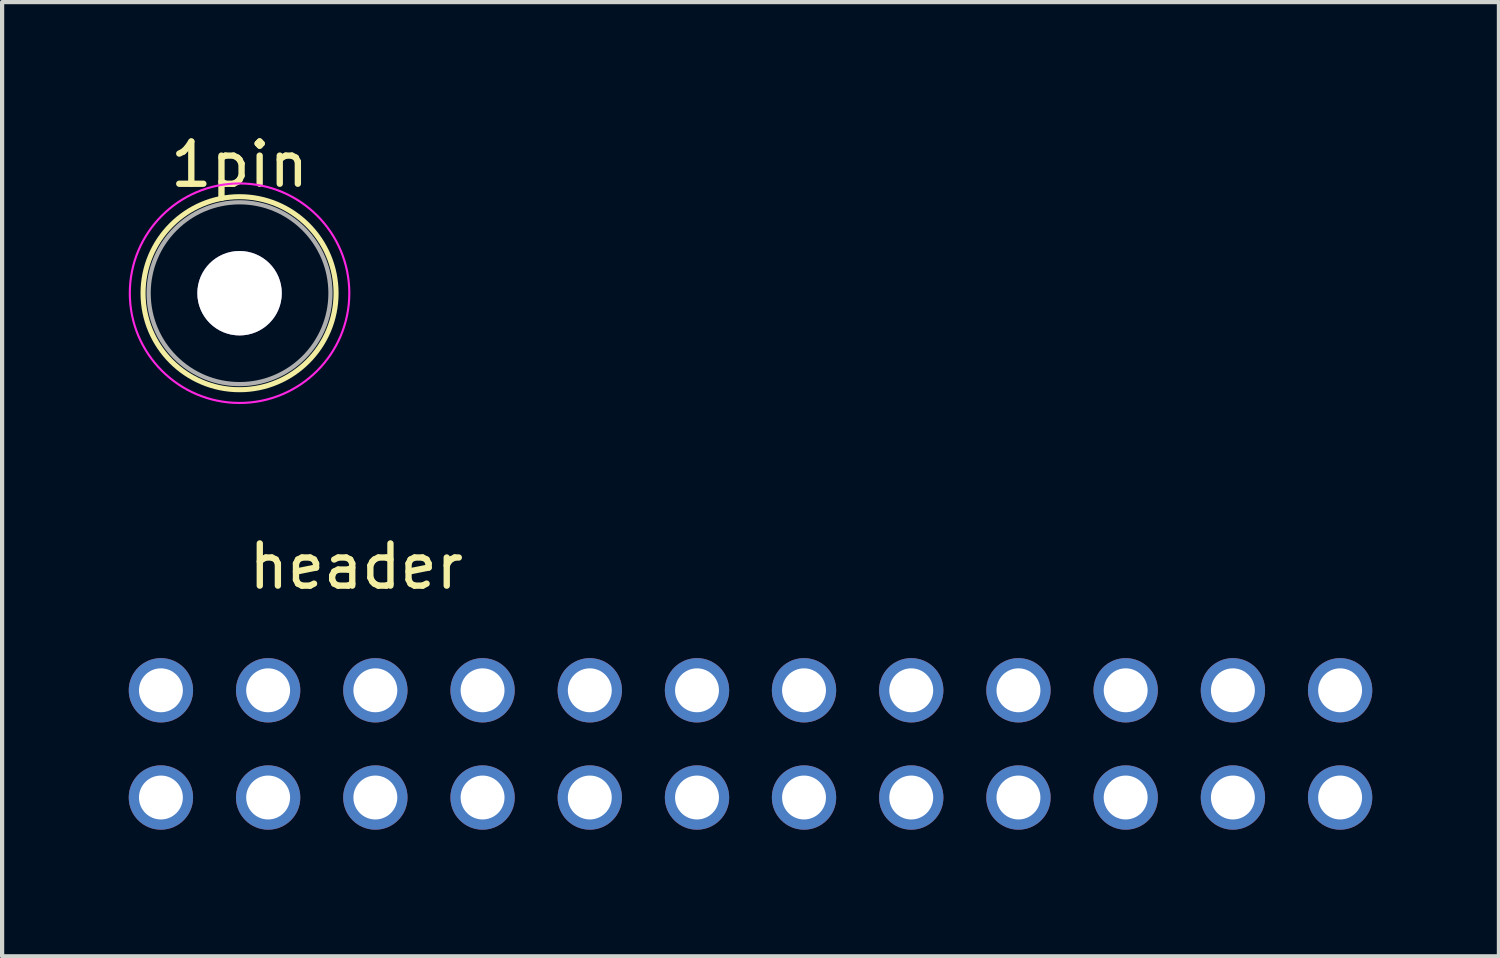
<source format=kicad_pcb>
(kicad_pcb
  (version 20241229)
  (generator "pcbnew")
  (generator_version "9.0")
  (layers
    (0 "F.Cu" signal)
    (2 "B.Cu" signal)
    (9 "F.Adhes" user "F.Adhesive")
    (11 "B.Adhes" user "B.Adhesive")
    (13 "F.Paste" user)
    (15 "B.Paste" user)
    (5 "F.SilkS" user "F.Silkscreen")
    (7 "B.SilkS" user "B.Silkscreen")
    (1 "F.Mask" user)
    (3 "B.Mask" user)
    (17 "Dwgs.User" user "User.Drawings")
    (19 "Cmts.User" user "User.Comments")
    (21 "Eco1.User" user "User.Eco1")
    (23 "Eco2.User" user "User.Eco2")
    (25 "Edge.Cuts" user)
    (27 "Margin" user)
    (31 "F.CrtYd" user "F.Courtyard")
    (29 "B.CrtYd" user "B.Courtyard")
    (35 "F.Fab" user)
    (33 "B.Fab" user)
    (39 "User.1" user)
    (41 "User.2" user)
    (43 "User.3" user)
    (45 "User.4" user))
  (footprint "1pin"
    (layer "F.Cu")
    (at 2.625 3.896)
    (property "Reference" "1pin" (at 0 -3.048 0) (layer "F.SilkS") (effects (font (size 1 1) (thickness 0.15))))
    (attr through_hole)
    (fp_circle (center 0 0) (end 0 -2.286) (stroke (width 0.12) (type solid)) (fill no) (layer "F.SilkS"))
    (fp_circle (center 0 0) (end 2.6 0) (stroke (width 0.05) (type solid)) (fill no) (layer "F.CrtYd"))
    (fp_circle (center 0 0) (end 2 0.8) (stroke (width 0.1) (type solid)) (fill no) (layer "F.Fab"))
    (pad "1" thru_hole circle (at 0 0) (size 2 2) (drill 2) (layers "*.Cu" "*.Mask")))
  (footprint "header"
    (layer "F.Cu")
    (at 0.762 13.303)
    (property "Reference" "header" (at 4.628 -2.934 0) (layer "F.SilkS") (effects (font (size 1 1) (thickness 0.15))))
    (attr through_hole)
    (pad "1" thru_hole circle (at 0 2.54) (size 1.524 1.524) (drill 1.04) (layers "*.Cu" "*.Mask"))
    (pad "2" thru_hole circle (at 2.54 2.54) (size 1.524 1.524) (drill 1.04) (layers "*.Cu" "*.Mask"))
    (pad "3" thru_hole circle (at 5.08 2.54) (size 1.524 1.524) (drill 1.04) (layers "*.Cu" "*.Mask"))
    (pad "4" thru_hole circle (at 7.62 2.54) (size 1.524 1.524) (drill 1.04) (layers "*.Cu" "*.Mask"))
    (pad "5" thru_hole circle (at 10.16 2.54) (size 1.524 1.524) (drill 1.04) (layers "*.Cu" "*.Mask"))
    (pad "6" thru_hole circle (at 12.7 2.54) (size 1.524 1.524) (drill 1.04) (layers "*.Cu" "*.Mask"))
    (pad "7" thru_hole circle (at 15.235 2.54) (size 1.524 1.524) (drill 1.04) (layers "*.Cu" "*.Mask"))
    (pad "8" thru_hole circle (at 17.775 2.54) (size 1.524 1.524) (drill 1.04) (layers "*.Cu" "*.Mask"))
    (pad "9" thru_hole circle (at 20.315 2.54) (size 1.524 1.524) (drill 1.04) (layers "*.Cu" "*.Mask"))
    (pad "10" thru_hole circle (at 22.855 2.54) (size 1.524 1.524) (drill 1.04) (layers "*.Cu" "*.Mask"))
    (pad "11" thru_hole circle (at 25.395 2.54) (size 1.524 1.524) (drill 1.04) (layers "*.Cu" "*.Mask"))
    (pad "12" thru_hole circle (at 27.935 2.54) (size 1.524 1.524) (drill 1.04) (layers "*.Cu" "*.Mask"))
    (pad "13" thru_hole circle (at 0 0) (size 1.524 1.524) (drill 1.04) (layers "*.Cu" "*.Mask"))
    (pad "14" thru_hole circle (at 2.54 0) (size 1.524 1.524) (drill 1.04) (layers "*.Cu" "*.Mask"))
    (pad "15" thru_hole circle (at 5.08 0) (size 1.524 1.524) (drill 1.04) (layers "*.Cu" "*.Mask"))
    (pad "16" thru_hole circle (at 7.62 0) (size 1.524 1.524) (drill 1.04) (layers "*.Cu" "*.Mask"))
    (pad "17" thru_hole circle (at 10.16 0) (size 1.524 1.524) (drill 1.04) (layers "*.Cu" "*.Mask"))
    (pad "18" thru_hole circle (at 12.7 0) (size 1.524 1.524) (drill 1.04) (layers "*.Cu" "*.Mask"))
    (pad "19" thru_hole circle (at 15.235 0) (size 1.524 1.524) (drill 1.04) (layers "*.Cu" "*.Mask"))
    (pad "20" thru_hole circle (at 17.775 0) (size 1.524 1.524) (drill 1.04) (layers "*.Cu" "*.Mask"))
    (pad "21" thru_hole circle (at 20.315 0) (size 1.524 1.524) (drill 1.04) (layers "*.Cu" "*.Mask"))
    (pad "22" thru_hole circle (at 22.855 0) (size 1.524 1.524) (drill 1.04) (layers "*.Cu" "*.Mask"))
    (pad "23" thru_hole circle (at 25.395 0) (size 1.524 1.524) (drill 1.04) (layers "*.Cu" "*.Mask"))
    (pad "24" thru_hole circle (at 27.935 0) (size 1.524 1.524) (drill 1.04) (layers "*.Cu" "*.Mask")))
  (gr_rect
    (start -3 -3)
    (end 32.459 19.605)
    (stroke (width 0.1) (type default))
    (fill no)
    (layer "Edge.Cuts")))
</source>
